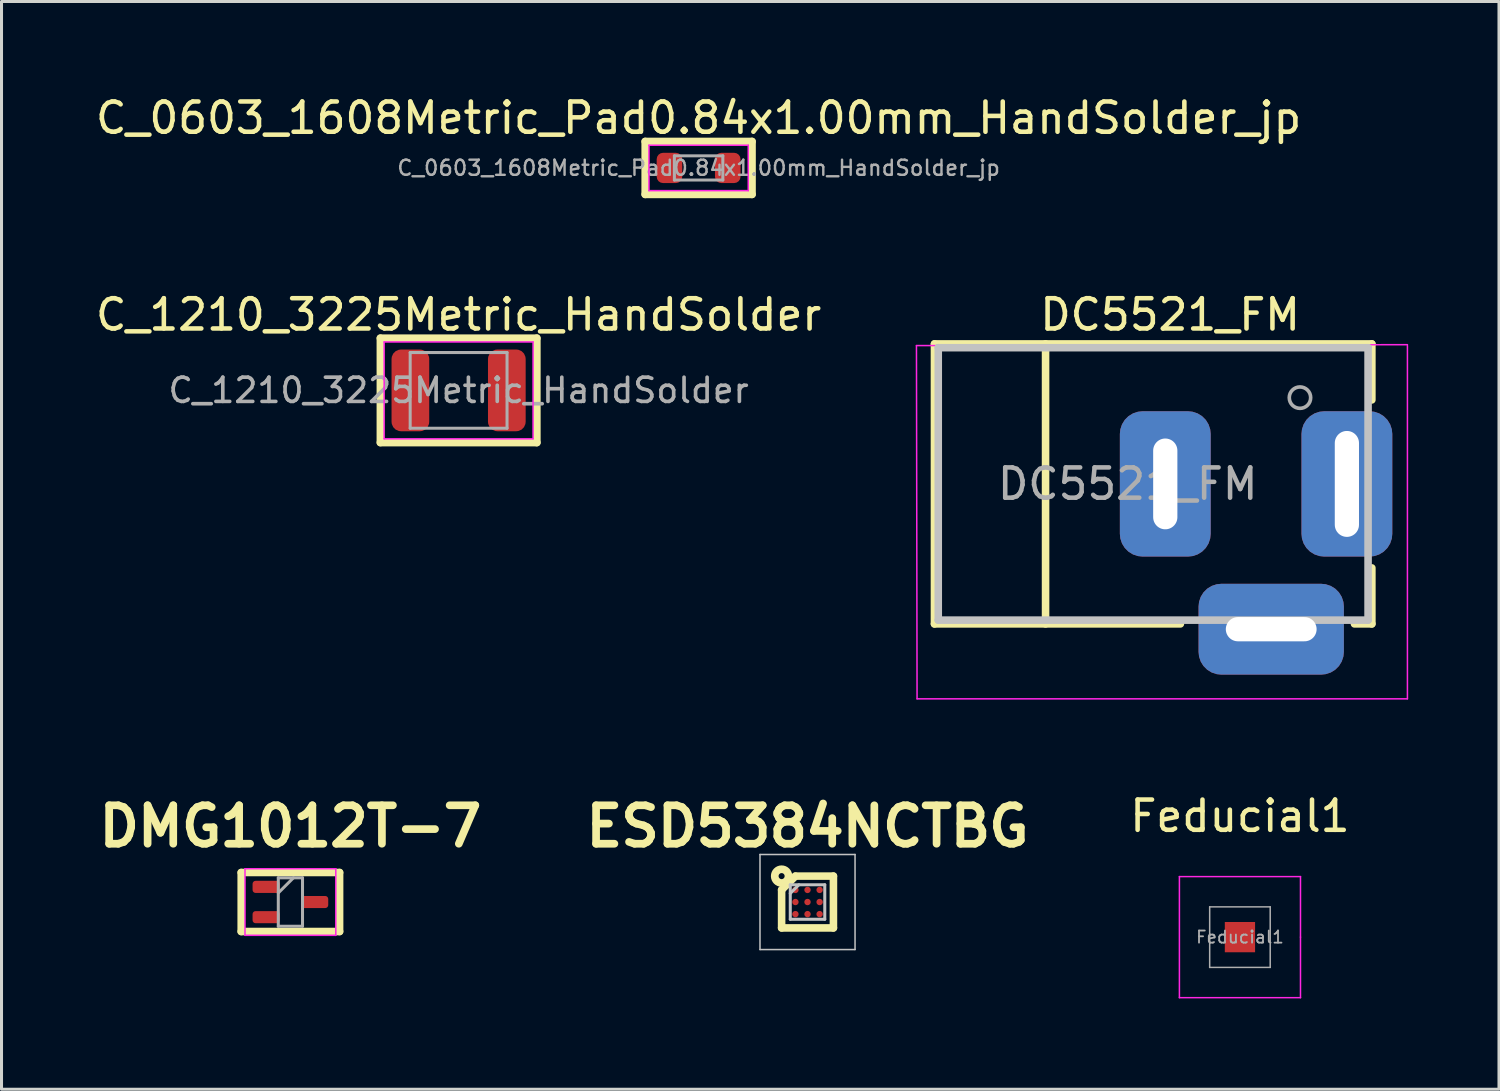
<source format=kicad_pcb>
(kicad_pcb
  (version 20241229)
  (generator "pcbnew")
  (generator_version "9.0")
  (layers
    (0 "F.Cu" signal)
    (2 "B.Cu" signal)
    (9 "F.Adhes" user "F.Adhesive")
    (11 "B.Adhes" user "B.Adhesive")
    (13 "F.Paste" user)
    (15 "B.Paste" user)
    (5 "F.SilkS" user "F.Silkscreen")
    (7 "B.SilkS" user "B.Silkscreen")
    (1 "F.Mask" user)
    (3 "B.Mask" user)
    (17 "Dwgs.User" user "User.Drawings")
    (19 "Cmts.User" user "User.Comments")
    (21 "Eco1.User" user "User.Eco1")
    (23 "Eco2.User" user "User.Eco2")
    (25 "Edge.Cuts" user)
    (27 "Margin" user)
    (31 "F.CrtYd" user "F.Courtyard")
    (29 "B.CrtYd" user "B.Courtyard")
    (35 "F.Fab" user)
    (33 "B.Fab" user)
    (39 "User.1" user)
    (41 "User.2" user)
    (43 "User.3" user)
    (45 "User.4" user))
  (footprint "ESD5384NCTBG"
    (layer "F.Cu")
    (at 23.628 26.75)
    (property "Reference" "ESD5384NCTBG" (at 0 -2.5 0) (layer "F.SilkS") (effects (font (size 1.27 1.27) (thickness 0.254))))
    (attr smd)
    (fp_line (start -0.856 -0.4) (end -0.4 -0.856) (stroke (width 0.25) (type solid)) (layer "F.SilkS"))
    (fp_line (start -0.856 0.856) (end -0.856 -0.4) (stroke (width 0.25) (type solid)) (layer "F.SilkS"))
    (fp_line (start -0.4 -0.856) (end 0.856 -0.856) (stroke (width 0.25) (type solid)) (layer "F.SilkS"))
    (fp_line (start 0.856 -0.856) (end 0.856 0.856) (stroke (width 0.25) (type solid)) (layer "F.SilkS"))
    (fp_line (start 0.856 0.856) (end -0.856 0.856) (stroke (width 0.25) (type solid)) (layer "F.SilkS"))
    (fp_circle (center -0.856 -0.856) (end -0.756 -0.856) (stroke (width 0.254) (type solid)) (fill no) (layer "F.SilkS"))
    (fp_line (start -1.57 -1.57) (end 1.57 -1.57) (stroke (width 0.05) (type solid)) (layer "Dwgs.User"))
    (fp_line (start -1.57 1.57) (end -1.57 -1.57) (stroke (width 0.05) (type solid)) (layer "Dwgs.User"))
    (fp_line (start -0.57 -0.57) (end 0.57 -0.57) (stroke (width 0.1) (type solid)) (layer "Dwgs.User"))
    (fp_line (start -0.57 -0.285) (end -0.285 -0.57) (stroke (width 0.1) (type solid)) (layer "Dwgs.User"))
    (fp_line (start -0.57 0.57) (end -0.57 -0.57) (stroke (width 0.1) (type solid)) (layer "Dwgs.User"))
    (fp_line (start 0.57 -0.57) (end 0.57 0.57) (stroke (width 0.1) (type solid)) (layer "Dwgs.User"))
    (fp_line (start 0.57 0.57) (end -0.57 0.57) (stroke (width 0.1) (type solid)) (layer "Dwgs.User"))
    (fp_line (start 1.57 -1.57) (end 1.57 1.57) (stroke (width 0.05) (type solid)) (layer "Dwgs.User"))
    (fp_line (start 1.57 1.57) (end -1.57 1.57) (stroke (width 0.05) (type solid)) (layer "Dwgs.User"))
    (pad "A1" smd circle (at -0.4 -0.4 90) (size 0.212 0.212) (layers "F.Cu" "F.Mask" "F.Paste"))
    (pad "A2" smd circle (at 0 -0.4 90) (size 0.212 0.212) (layers "F.Cu" "F.Mask" "F.Paste"))
    (pad "A3" smd circle (at 0.4 -0.4 90) (size 0.212 0.212) (layers "F.Cu" "F.Mask" "F.Paste"))
    (pad "B1" smd circle (at -0.4 0 90) (size 0.212 0.212) (layers "F.Cu" "F.Mask" "F.Paste"))
    (pad "B2" smd circle (at 0 0 90) (size 0.212 0.212) (layers "F.Cu" "F.Mask" "F.Paste"))
    (pad "B3" smd circle (at 0.4 0 90) (size 0.212 0.212) (layers "F.Cu" "F.Mask" "F.Paste"))
    (pad "C1" smd circle (at -0.4 0.4 90) (size 0.212 0.212) (layers "F.Cu" "F.Mask" "F.Paste"))
    (pad "C2" smd circle (at 0 0.4 90) (size 0.212 0.212) (layers "F.Cu" "F.Mask" "F.Paste"))
    (pad "C3" smd circle (at 0.4 0.4 90) (size 0.212 0.212) (layers "F.Cu" "F.Mask" "F.Paste")))
  (footprint "DMG1012T-7"
    (layer "F.Cu")
    (at 6.544 26.75)
    (property "Reference" "DMG1012T-7" (at 0 -2.5 0) (layer "F.SilkS") (effects (font (size 1.27 1.27) (thickness 0.254))))
    (attr smd)
    (fp_line (start -1.625 -0.975) (end -1.625 0.975) (stroke (width 0.25) (type solid)) (layer "F.SilkS"))
    (fp_line (start -1.625 -0.975) (end 1.625 -0.975) (stroke (width 0.25) (type solid)) (layer "F.SilkS"))
    (fp_line (start -1.625 0.975) (end 1.625 0.975) (stroke (width 0.25) (type solid)) (layer "F.SilkS"))
    (fp_line (start 1.625 -0.975) (end 1.625 0.975) (stroke (width 0.25) (type solid)) (layer "F.SilkS"))
    (fp_line (start -1.5 -1.1) (end 1.5 -1.1) (stroke (width 0.05) (type solid)) (layer "F.CrtYd"))
    (fp_line (start -1.5 1.1) (end -1.5 -1.1) (stroke (width 0.05) (type solid)) (layer "F.CrtYd"))
    (fp_line (start 1.5 -1.1) (end 1.5 1.1) (stroke (width 0.05) (type solid)) (layer "F.CrtYd"))
    (fp_line (start 1.5 1.1) (end -1.5 1.1) (stroke (width 0.05) (type solid)) (layer "F.CrtYd"))
    (fp_line (start -0.4 -0.8) (end 0.4 -0.8) (stroke (width 0.1) (type solid)) (layer "F.Fab"))
    (fp_line (start -0.4 -0.3) (end 0.1 -0.8) (stroke (width 0.1) (type solid)) (layer "F.Fab"))
    (fp_line (start -0.4 0.8) (end -0.4 -0.8) (stroke (width 0.1) (type solid)) (layer "F.Fab"))
    (fp_line (start 0.4 -0.8) (end 0.4 0.8) (stroke (width 0.1) (type solid)) (layer "F.Fab"))
    (fp_line (start 0.4 0.8) (end -0.4 0.8) (stroke (width 0.1) (type solid)) (layer "F.Fab"))
    (pad "1" smd roundrect (at -0.8 -0.5 90) (size 0.4 0.9) (layers "F.Cu" "F.Mask" "F.Paste") (roundrect_rratio 0.25))
    (pad "2" smd roundrect (at -0.8 0.5 90) (size 0.4 0.9) (layers "F.Cu" "F.Mask" "F.Paste") (roundrect_rratio 0.25))
    (pad "3" smd roundrect (at 0.8 0 90) (size 0.4 0.9) (layers "F.Cu" "F.Mask" "F.Paste") (roundrect_rratio 0.25)))
  (footprint "DC5521_FM"
    (layer "F.Cu")
    (at 41.447 12.937)
    (property "Reference" "DC5521_FM" (at -5.84 -5.59 0) (layer "F.SilkS") (effects (font (size 1 1) (thickness 0.15))))
    (fp_line (start -13.625 -4.625) (end 0.825 -4.625) (stroke (width 0.25) (type solid)) (layer "F.SilkS"))
    (fp_line (start -13.625 4.625) (end -13.625 -4.625) (stroke (width 0.25) (type solid)) (layer "F.SilkS"))
    (fp_line (start -9.955 -4.625) (end -9.955 4.625) (stroke (width 0.25) (type solid)) (layer "F.SilkS"))
    (fp_line (start -5.5 4.625) (end -13.625 4.625) (stroke (width 0.25) (type solid)) (layer "F.SilkS"))
    (fp_line (start 0.825 -4.625) (end 0.825 -2.775) (stroke (width 0.25) (type solid)) (layer "F.SilkS"))
    (fp_line (start 0.825 4.625) (end 0.25 4.625) (stroke (width 0.25) (type solid)) (layer "F.SilkS"))
    (fp_line (start 0.825 4.625) (end 0.825 2.775) (stroke (width 0.25) (type solid)) (layer "F.SilkS"))
    (fp_line (start -13.5 -4.5) (end -13.5 4.5) (stroke (width 0.25) (type solid)) (layer "Dwgs.User"))
    (fp_line (start -13.5 -4.5) (end 0.7 -4.5) (stroke (width 0.25) (type solid)) (layer "Dwgs.User"))
    (fp_line (start -13.5 4.5) (end 0.7 4.5) (stroke (width 0.25) (type solid)) (layer "Dwgs.User"))
    (fp_line (start 0.7 -4.5) (end 0.7 4.5) (stroke (width 0.25) (type solid)) (layer "Dwgs.User"))
    (fp_line (start -14.22 -4.57) (end -14.2 7.1) (stroke (width 0.05) (type solid)) (layer "F.CrtYd"))
    (fp_line (start -14.22 -4.57) (end 2 -4.6) (stroke (width 0.05) (type solid)) (layer "F.CrtYd"))
    (fp_line (start 2 7.1) (end -14.2 7.1) (stroke (width 0.05) (type solid)) (layer "F.CrtYd"))
    (fp_line (start 2 7.1) (end 2 -4.57) (stroke (width 0.05) (type solid)) (layer "F.CrtYd"))
    (fp_circle (center -1.55 -2.85) (end -1.5 -2.5) (stroke (width 0.12) (type solid)) (fill no) (layer "F.Fab"))
    (fp_text user "${REFERENCE}" (at -7.24 0 0) (layer "F.Fab") (effects (font (size 1 1) (thickness 0.15))))
    (pad "2" thru_hole roundrect (at -2.5 4.8) (size 4.8 3) (drill oval 3 0.8) (layers "*.Cu" "*.Mask") (roundrect_rratio 0.25))
    (pad "3" thru_hole roundrect (at -6 0) (size 3 4.8) (drill oval 0.8 3) (layers "*.Cu" "*.Mask") (roundrect_rratio 0.25))
    (pad "4" thru_hole roundrect (at 0 0) (size 3 4.8) (drill oval 0.8 3.5) (layers "*.Cu" "*.Mask") (roundrect_rratio 0.25)))
  (footprint "Feducial1"
    (layer "F.Cu")
    (at 37.914 27.91)
    (property "Reference" "Feducial1" (at 0 -4 0) (layer "F.SilkS") (effects (font (size 1 1) (thickness 0.15))))
    (attr exclude_from_pos_files exclude_from_bom)
    (fp_line (start -2 -2) (end 2 -2) (stroke (width 0.05) (type solid)) (layer "F.CrtYd"))
    (fp_line (start -2 2) (end -2 -2) (stroke (width 0.05) (type solid)) (layer "F.CrtYd"))
    (fp_line (start 2 -2) (end 2 0) (stroke (width 0.05) (type solid)) (layer "F.CrtYd"))
    (fp_line (start 2 0) (end 2 2) (stroke (width 0.05) (type solid)) (layer "F.CrtYd"))
    (fp_line (start 2 2) (end -2 2) (stroke (width 0.05) (type solid)) (layer "F.CrtYd"))
    (fp_line (start -1 -1) (end 1 -1) (stroke (width 0.05) (type solid)) (layer "F.Fab"))
    (fp_line (start -1 1) (end -1 -1) (stroke (width 0.05) (type solid)) (layer "F.Fab"))
    (fp_line (start 1 -1) (end 1 1) (stroke (width 0.05) (type solid)) (layer "F.Fab"))
    (fp_line (start 1 1) (end -1 1) (stroke (width 0.05) (type solid)) (layer "F.Fab"))
    (fp_text user "${REFERENCE}" (at 0 0 0) (layer "F.Fab") (effects (font (size 0.4 0.4) (thickness 0.06))))
    (pad "~" smd rect (at 0 0 90) (size 1 1) (layers "F.Cu" "F.Mask")))
  (footprint "C_1210_3225Metric_HandSolder"
    (layer "F.Cu")
    (at 12.101 9.847)
    (property "Reference" "C_1210_3225Metric_HandSolder" (at 0 -2.5 0) (layer "F.SilkS") (effects (font (size 1 1) (thickness 0.15))))
    (attr smd)
    (fp_line (start -2.585 -1.725) (end 2.585 -1.725) (stroke (width 0.25) (type solid)) (layer "F.SilkS"))
    (fp_line (start -2.585 1.725) (end -2.585 -1.725) (stroke (width 0.25) (type solid)) (layer "F.SilkS"))
    (fp_line (start -2.585 1.725) (end 2.585 1.725) (stroke (width 0.25) (type solid)) (layer "F.SilkS"))
    (fp_line (start 2.585 1.725) (end 2.585 -1.725) (stroke (width 0.25) (type solid)) (layer "F.SilkS"))
    (fp_line (start -2.46 -1.6) (end 2.46 -1.6) (stroke (width 0.05) (type solid)) (layer "F.CrtYd"))
    (fp_line (start -2.46 1.6) (end -2.46 -1.6) (stroke (width 0.05) (type solid)) (layer "F.CrtYd"))
    (fp_line (start 2.46 -1.6) (end 2.46 1.6) (stroke (width 0.05) (type solid)) (layer "F.CrtYd"))
    (fp_line (start 2.46 1.6) (end -2.46 1.6) (stroke (width 0.05) (type solid)) (layer "F.CrtYd"))
    (fp_line (start -1.6 -1.25) (end 1.6 -1.25) (stroke (width 0.1) (type solid)) (layer "F.Fab"))
    (fp_line (start -1.6 1.25) (end -1.6 -1.25) (stroke (width 0.1) (type solid)) (layer "F.Fab"))
    (fp_line (start 1.6 -1.25) (end 1.6 1.25) (stroke (width 0.1) (type solid)) (layer "F.Fab"))
    (fp_line (start 1.6 1.25) (end -1.6 1.25) (stroke (width 0.1) (type solid)) (layer "F.Fab"))
    (fp_text user "${REFERENCE}" (at 0 0 0) (layer "F.Fab") (effects (font (size 0.8 0.8) (thickness 0.12))))
    (pad "1" smd roundrect (at -1.593 0) (size 1.245 2.7) (layers "F.Cu" "F.Mask" "F.Paste") (roundrect_rratio 0.25))
    (pad "2" smd roundrect (at 1.593 0) (size 1.245 2.7) (layers "F.Cu" "F.Mask" "F.Paste") (roundrect_rratio 0.25)))
  (footprint "C_0603_1608Metric_Pad0.84x1.00mm_HandSolder_jp"
    (layer "F.Cu")
    (at 20.03 2.498)
    (property "Reference" "C_0603_1608Metric_Pad0.84x1.00mm_HandSolder_jp" (at 0 -1.65 0) (layer "F.SilkS") (effects (font (size 1 1) (thickness 0.15))))
    (attr smd)
    (fp_line (start -1.765 -0.875) (end 1.765 -0.875) (stroke (width 0.25) (type solid)) (layer "F.SilkS"))
    (fp_line (start -1.765 0.875) (end -1.765 -0.875) (stroke (width 0.25) (type solid)) (layer "F.SilkS"))
    (fp_line (start 1.765 -0.875) (end 1.765 0.875) (stroke (width 0.25) (type solid)) (layer "F.SilkS"))
    (fp_line (start 1.765 0.875) (end -1.765 0.875) (stroke (width 0.25) (type solid)) (layer "F.SilkS"))
    (fp_line (start -1.64 -0.75) (end 1.64 -0.75) (stroke (width 0.05) (type solid)) (layer "F.CrtYd"))
    (fp_line (start -1.64 0.75) (end -1.64 -0.75) (stroke (width 0.05) (type solid)) (layer "F.CrtYd"))
    (fp_line (start 1.64 -0.75) (end 1.64 0.75) (stroke (width 0.05) (type solid)) (layer "F.CrtYd"))
    (fp_line (start 1.64 0.75) (end -1.64 0.75) (stroke (width 0.05) (type solid)) (layer "F.CrtYd"))
    (fp_line (start -0.8 -0.4) (end 0.8 -0.4) (stroke (width 0.1) (type solid)) (layer "F.Fab"))
    (fp_line (start -0.8 0.4) (end -0.8 -0.4) (stroke (width 0.1) (type solid)) (layer "F.Fab"))
    (fp_line (start 0.8 -0.4) (end 0.8 0.4) (stroke (width 0.1) (type solid)) (layer "F.Fab"))
    (fp_line (start 0.8 0.4) (end -0.8 0.4) (stroke (width 0.1) (type solid)) (layer "F.Fab"))
    (fp_text user "${REFERENCE}" (at 0 0 0) (layer "F.Fab") (effects (font (size 0.5 0.5) (thickness 0.08))))
    (pad "1" smd roundrect (at -0.963 0) (size 0.845 1) (layers "F.Cu" "F.Mask" "F.Paste") (roundrect_rratio 0.25))
    (pad "2" smd roundrect (at 0.963 0) (size 0.845 1) (layers "F.Cu" "F.Mask" "F.Paste") (roundrect_rratio 0.25)))
  (gr_rect
    (start -3 -3)
    (end 46.472 32.935)
    (stroke (width 0.1) (type default))
    (fill no)
    (layer "Edge.Cuts")))
</source>
